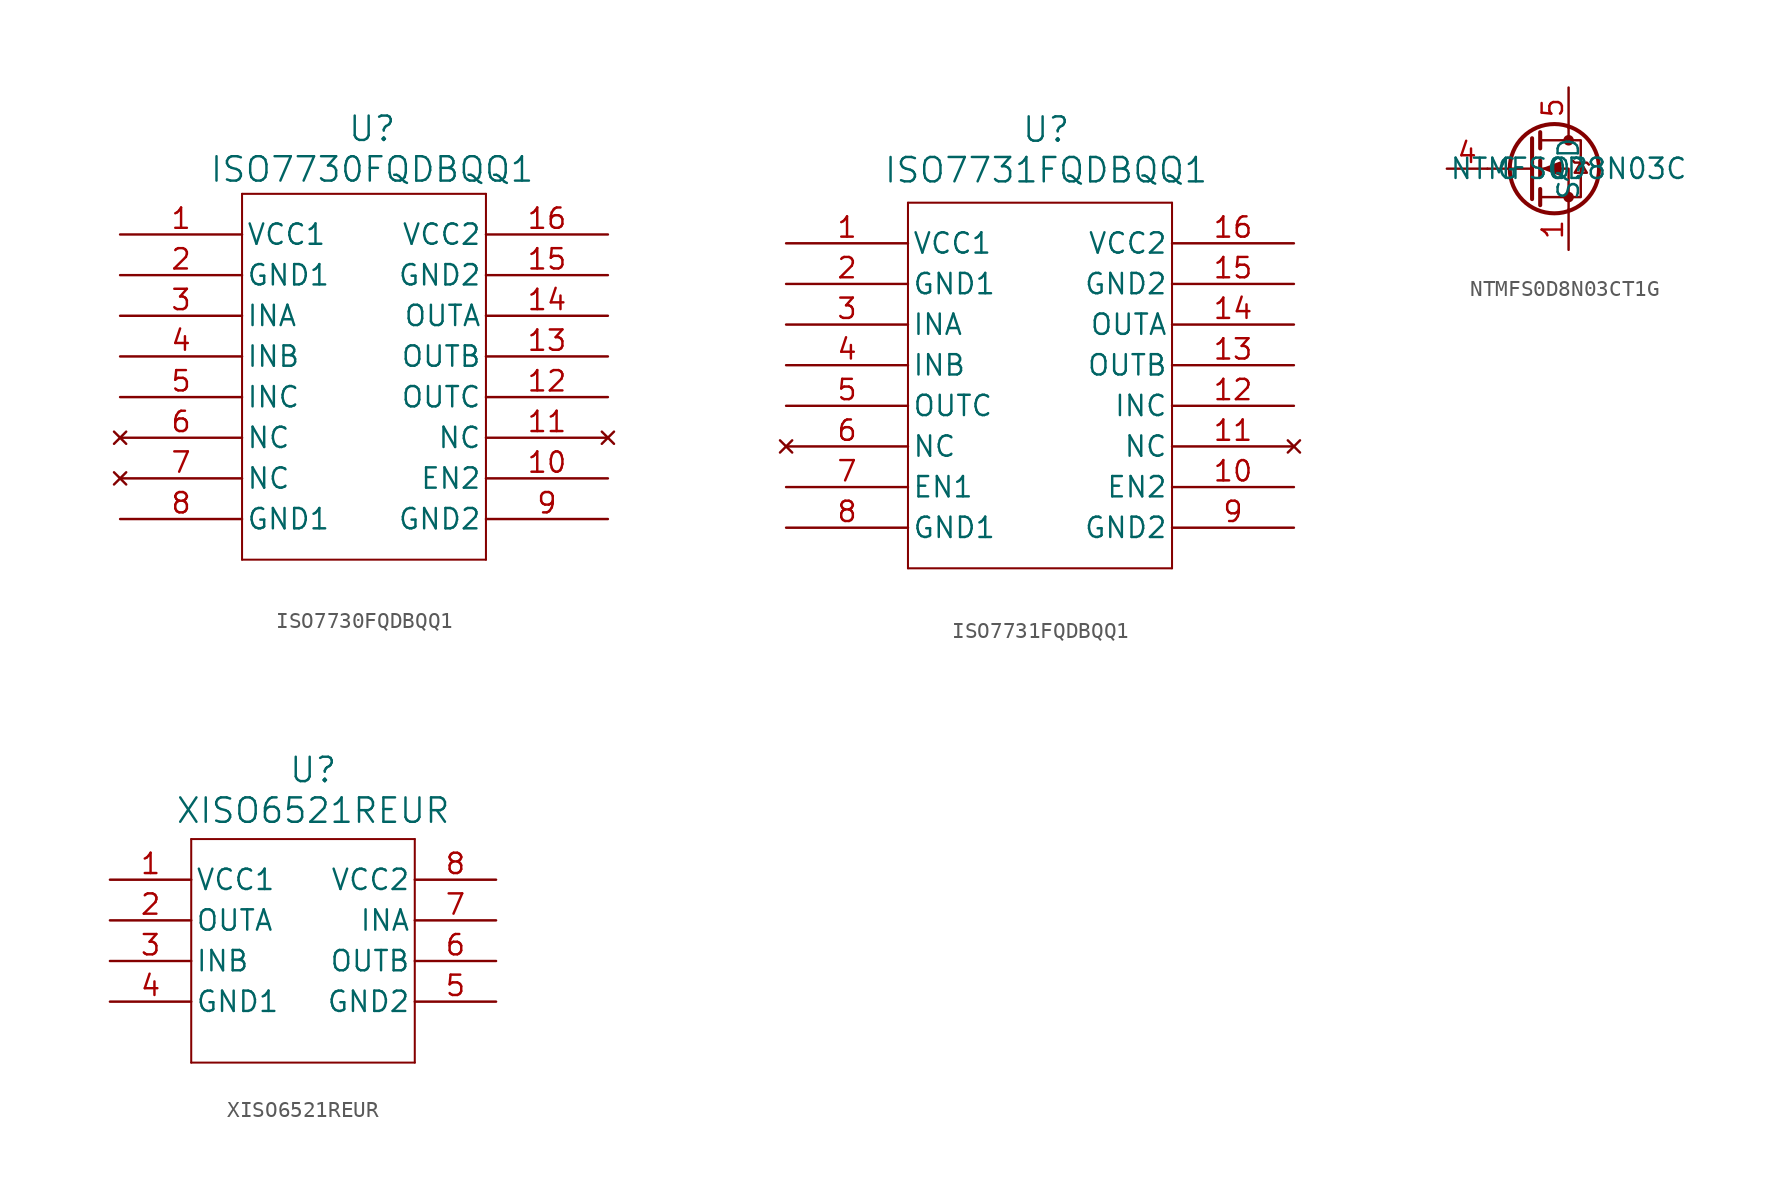
<source format=kicad_sym>
(kicad_symbol_lib
  (version 20241209)
  (generator "kicad_symbol_editor")
  (generator_version "9.0")
  (symbol "ISO7730FQDBQQ1"
    (pin_names
      (offset 0.254))
    (property "Reference" "U"
      (at 0.508 15.494 0)
      (effects (font (size 1.524 1.524))))
    (property "Value" "ISO7730FQDBQQ1"
      (at 0.508 12.954 0)
      (effects (font (size 1.524 1.524))))
    (symbol "ISO7730FQDBQQ1_0_1"
      (polyline (pts (xy -7.62 11.43) (xy -7.62 -11.43)) (stroke (width 0.127) (type default)) (fill (type none)))
      (polyline (pts (xy -7.62 -11.43) (xy 7.62 -11.43)) (stroke (width 0.127) (type default)) (fill (type none)))
      (polyline (pts (xy 7.62 11.43) (xy -7.62 11.43)) (stroke (width 0.127) (type default)) (fill (type none)))
      (polyline (pts (xy 7.62 -11.43) (xy 7.62 11.43)) (stroke (width 0.127) (type default)) (fill (type none)))
      (pin power_in line (at -15.24 8.89 0) (length 7.62) (name "VCC1" (effects (font (size 1.27 1.27)))) (number "1" (effects (font (size 1.27 1.27)))))
      (pin power_in line (at -15.24 6.35 0) (length 7.62) (name "GND1" (effects (font (size 1.27 1.27)))) (number "2" (effects (font (size 1.27 1.27)))))
      (pin input line (at -15.24 3.81 0) (length 7.62) (name "INA" (effects (font (size 1.27 1.27)))) (number "3" (effects (font (size 1.27 1.27)))))
      (pin input line (at -15.24 1.27 0) (length 7.62) (name "INB" (effects (font (size 1.27 1.27)))) (number "4" (effects (font (size 1.27 1.27)))))
      (pin input line (at -15.24 -1.27 0) (length 7.62) (name "INC" (effects (font (size 1.27 1.27)))) (number "5" (effects (font (size 1.27 1.27)))))
      (pin no_connect line (at -15.24 -3.81 0) (length 7.62) (name "NC" (effects (font (size 1.27 1.27)))) (number "6" (effects (font (size 1.27 1.27)))))
      (pin no_connect line (at -15.24 -6.35 0) (length 7.62) (name "NC" (effects (font (size 1.27 1.27)))) (number "7" (effects (font (size 1.27 1.27)))))
      (pin power_in line (at -15.24 -8.89 0) (length 7.62) (name "GND1" (effects (font (size 1.27 1.27)))) (number "8" (effects (font (size 1.27 1.27)))))
      (pin power_in line (at 15.24 8.89 180) (length 7.62) (name "VCC2" (effects (font (size 1.27 1.27)))) (number "16" (effects (font (size 1.27 1.27)))))
      (pin power_in line (at 15.24 6.35 180) (length 7.62) (name "GND2" (effects (font (size 1.27 1.27)))) (number "15" (effects (font (size 1.27 1.27)))))
      (pin output line (at 15.24 3.81 180) (length 7.62) (name "OUTA" (effects (font (size 1.27 1.27)))) (number "14" (effects (font (size 1.27 1.27)))))
      (pin output line (at 15.24 1.27 180) (length 7.62) (name "OUTB" (effects (font (size 1.27 1.27)))) (number "13" (effects (font (size 1.27 1.27)))))
      (pin output line (at 15.24 -1.27 180) (length 7.62) (name "OUTC" (effects (font (size 1.27 1.27)))) (number "12" (effects (font (size 1.27 1.27)))))
      (pin no_connect line (at 15.24 -3.81 180) (length 7.62) (name "NC" (effects (font (size 1.27 1.27)))) (number "11" (effects (font (size 1.27 1.27)))))
      (pin input line (at 15.24 -6.35 180) (length 7.62) (name "EN2" (effects (font (size 1.27 1.27)))) (number "10" (effects (font (size 1.27 1.27)))))
      (pin power_in line (at 15.24 -8.89 180) (length 7.62) (name "GND2" (effects (font (size 1.27 1.27)))) (number "9" (effects (font (size 1.27 1.27)))))))
  (symbol "ISO7731FQDBQQ1"
    (pin_names
      (offset 0.254))
    (property "Reference" "U"
      (at 1.016 16.002 0)
      (effects (font (size 1.524 1.524))))
    (property "Value" "ISO7731FQDBQQ1"
      (at 1.016 13.462 0)
      (effects (font (size 1.524 1.524))))
    (symbol "ISO7731FQDBQQ1_0_1"
      (polyline (pts (xy -7.62 11.43) (xy -7.62 -11.43)) (stroke (width 0.127) (type default)) (fill (type none)))
      (polyline (pts (xy -7.62 -11.43) (xy 8.89 -11.43)) (stroke (width 0.127) (type default)) (fill (type none)))
      (polyline (pts (xy 8.89 11.43) (xy -7.62 11.43)) (stroke (width 0.127) (type default)) (fill (type none)))
      (polyline (pts (xy 8.89 -11.43) (xy 8.89 11.43)) (stroke (width 0.127) (type default)) (fill (type none)))
      (pin power_in line (at -15.24 8.89 0) (length 7.62) (name "VCC1" (effects (font (size 1.27 1.27)))) (number "1" (effects (font (size 1.27 1.27)))))
      (pin power_in line (at -15.24 6.35 0) (length 7.62) (name "GND1" (effects (font (size 1.27 1.27)))) (number "2" (effects (font (size 1.27 1.27)))))
      (pin input line (at -15.24 3.81 0) (length 7.62) (name "INA" (effects (font (size 1.27 1.27)))) (number "3" (effects (font (size 1.27 1.27)))))
      (pin input line (at -15.24 1.27 0) (length 7.62) (name "INB" (effects (font (size 1.27 1.27)))) (number "4" (effects (font (size 1.27 1.27)))))
      (pin output line (at -15.24 -1.27 0) (length 7.62) (name "OUTC" (effects (font (size 1.27 1.27)))) (number "5" (effects (font (size 1.27 1.27)))))
      (pin no_connect line (at -15.24 -3.81 0) (length 7.62) (name "NC" (effects (font (size 1.27 1.27)))) (number "6" (effects (font (size 1.27 1.27)))))
      (pin input line (at -15.24 -6.35 0) (length 7.62) (name "EN1" (effects (font (size 1.27 1.27)))) (number "7" (effects (font (size 1.27 1.27)))))
      (pin power_in line (at -15.24 -8.89 0) (length 7.62) (name "GND1" (effects (font (size 1.27 1.27)))) (number "8" (effects (font (size 1.27 1.27)))))
      (pin power_in line (at 16.51 8.89 180) (length 7.62) (name "VCC2" (effects (font (size 1.27 1.27)))) (number "16" (effects (font (size 1.27 1.27)))))
      (pin power_in line (at 16.51 6.35 180) (length 7.62) (name "GND2" (effects (font (size 1.27 1.27)))) (number "15" (effects (font (size 1.27 1.27)))))
      (pin output line (at 16.51 3.81 180) (length 7.62) (name "OUTA" (effects (font (size 1.27 1.27)))) (number "14" (effects (font (size 1.27 1.27)))))
      (pin output line (at 16.51 1.27 180) (length 7.62) (name "OUTB" (effects (font (size 1.27 1.27)))) (number "13" (effects (font (size 1.27 1.27)))))
      (pin input line (at 16.51 -1.27 180) (length 7.62) (name "INC" (effects (font (size 1.27 1.27)))) (number "12" (effects (font (size 1.27 1.27)))))
      (pin no_connect line (at 16.51 -3.81 180) (length 7.62) (name "NC" (effects (font (size 1.27 1.27)))) (number "11" (effects (font (size 1.27 1.27)))))
      (pin input line (at 16.51 -6.35 180) (length 7.62) (name "EN2" (effects (font (size 1.27 1.27)))) (number "10" (effects (font (size 1.27 1.27)))))
      (pin power_in line (at 16.51 -8.89 180) (length 7.62) (name "GND2" (effects (font (size 1.27 1.27)))) (number "9" (effects (font (size 1.27 1.27)))))))
  (symbol "NTMFS0D8N03CT1G"
    (property "Reference" "Q"
      (at 0 0 0)
      (effects (font (size 1.27 1.27))))
    (property "Value" "NTMFS0D8N03C"
      (at 0 0 0)
      (effects (font (size 1.27 1.27))))
    (symbol "NTMFS0D8N03CT1G_0_1"
      (polyline (pts (xy -2.286 1.905) (xy -2.286 -1.905)) (stroke (width 0.254) (type default)) (fill (type none)))
      (polyline (pts (xy -2.286 0) (xy -5.08 0)) (stroke (width 0) (type default)) (fill (type none)))
      (polyline (pts (xy -1.778 2.286) (xy -1.778 1.27)) (stroke (width 0.254) (type default)) (fill (type none)))
      (polyline (pts (xy -1.778 0.508) (xy -1.778 -0.508)) (stroke (width 0.254) (type default)) (fill (type none)))
      (polyline (pts (xy -1.778 -1.27) (xy -1.778 -2.286)) (stroke (width 0.254) (type default)) (fill (type none)))
      (polyline (pts (xy -1.778 -1.778) (xy 0.762 -1.778) (xy 0.762 1.778) (xy -1.778 1.778)) (stroke (width 0) (type default)) (fill (type none)))
      (polyline (pts (xy -1.524 0) (xy -0.508 0.381) (xy -0.508 -0.381) (xy -1.524 0)) (stroke (width 0) (type default)) (fill (type outline)))
      (circle (center -0.889 0) (radius 2.794) (stroke (width 0.254) (type default)) (fill (type none)))
      (polyline (pts (xy 0 2.54) (xy 0 1.778)) (stroke (width 0) (type default)) (fill (type none)))
      (circle (center 0 1.778) (radius 0.254) (stroke (width 0) (type default)) (fill (type outline)))
      (circle (center 0 -1.778) (radius 0.254) (stroke (width 0) (type default)) (fill (type outline)))
      (polyline (pts (xy 0 -2.54) (xy 0 0) (xy -1.778 0)) (stroke (width 0) (type default)) (fill (type none)))
      (polyline (pts (xy 0.254 0.508) (xy 0.381 0.381) (xy 1.143 0.381) (xy 1.27 0.254)) (stroke (width 0) (type default)) (fill (type none)))
      (polyline (pts (xy 0.762 0.381) (xy 0.381 -0.254) (xy 1.143 -0.254) (xy 0.762 0.381)) (stroke (width 0) (type default)) (fill (type none))))
    (symbol "NTMFS0D8N03CT1G_1_1"
      (pin input line (at -7.62 0 0) (length 2.54) (name "G" (effects (font (size 1.27 1.27)))) (number "4" (effects (font (size 1.27 1.27)))))
      (pin passive line (at 0 5.08 270) (length 2.54) (name "D" (effects (font (size 1.27 1.27)))) (number "5" (effects (font (size 1.27 1.27)))))
      (pin passive line (at 0 -5.08 90) (length 2.54) (name "S" (effects (font (size 1.27 1.27)))) (number "1" (effects (font (size 1.27 1.27)))))
      (pin passive line (at 0 -5.08 90) (length 2.54) (hide yes) (name "S" (effects (font (size 1.27 1.27)))) (number "2" (effects (font (size 1.27 1.27)))))
      (pin passive line (at 0 -5.08 90) (length 2.54) (hide yes) (name "S" (effects (font (size 1.27 1.27)))) (number "3" (effects (font (size 1.27 1.27)))))))
  (symbol "XISO6521REUR"
    (pin_names
      (offset 0.254))
    (property "Reference" "U"
      (at 0 10.668 0)
      (effects (font (size 1.524 1.524))))
    (property "Value" "XISO6521REUR"
      (at 0 8.128 0)
      (effects (font (size 1.524 1.524))))
    (symbol "XISO6521REUR_0_1"
      (polyline (pts (xy -7.62 6.35) (xy -7.62 -7.62)) (stroke (width 0.127) (type default)) (fill (type none)))
      (polyline (pts (xy -7.62 -7.62) (xy 6.35 -7.62)) (stroke (width 0.127) (type default)) (fill (type none)))
      (polyline (pts (xy 6.35 6.35) (xy -7.62 6.35)) (stroke (width 0.127) (type default)) (fill (type none)))
      (polyline (pts (xy 6.35 -7.62) (xy 6.35 6.35)) (stroke (width 0.127) (type default)) (fill (type none)))
      (pin power_in line (at -12.7 3.81 0) (length 5.08) (name "VCC1" (effects (font (size 1.27 1.27)))) (number "1" (effects (font (size 1.27 1.27)))))
      (pin output line (at -12.7 1.27 0) (length 5.08) (name "OUTA" (effects (font (size 1.27 1.27)))) (number "2" (effects (font (size 1.27 1.27)))))
      (pin input line (at -12.7 -1.27 0) (length 5.08) (name "INB" (effects (font (size 1.27 1.27)))) (number "3" (effects (font (size 1.27 1.27)))))
      (pin power_out line (at -12.7 -3.81 0) (length 5.08) (name "GND1" (effects (font (size 1.27 1.27)))) (number "4" (effects (font (size 1.27 1.27)))))
      (pin power_in line (at 11.43 3.81 180) (length 5.08) (name "VCC2" (effects (font (size 1.27 1.27)))) (number "8" (effects (font (size 1.27 1.27)))))
      (pin input line (at 11.43 1.27 180) (length 5.08) (name "INA" (effects (font (size 1.27 1.27)))) (number "7" (effects (font (size 1.27 1.27)))))
      (pin output line (at 11.43 -1.27 180) (length 5.08) (name "OUTB" (effects (font (size 1.27 1.27)))) (number "6" (effects (font (size 1.27 1.27)))))
      (pin power_out line (at 11.43 -3.81 180) (length 5.08) (name "GND2" (effects (font (size 1.27 1.27)))) (number "5" (effects (font (size 1.27 1.27))))))))
</source>
